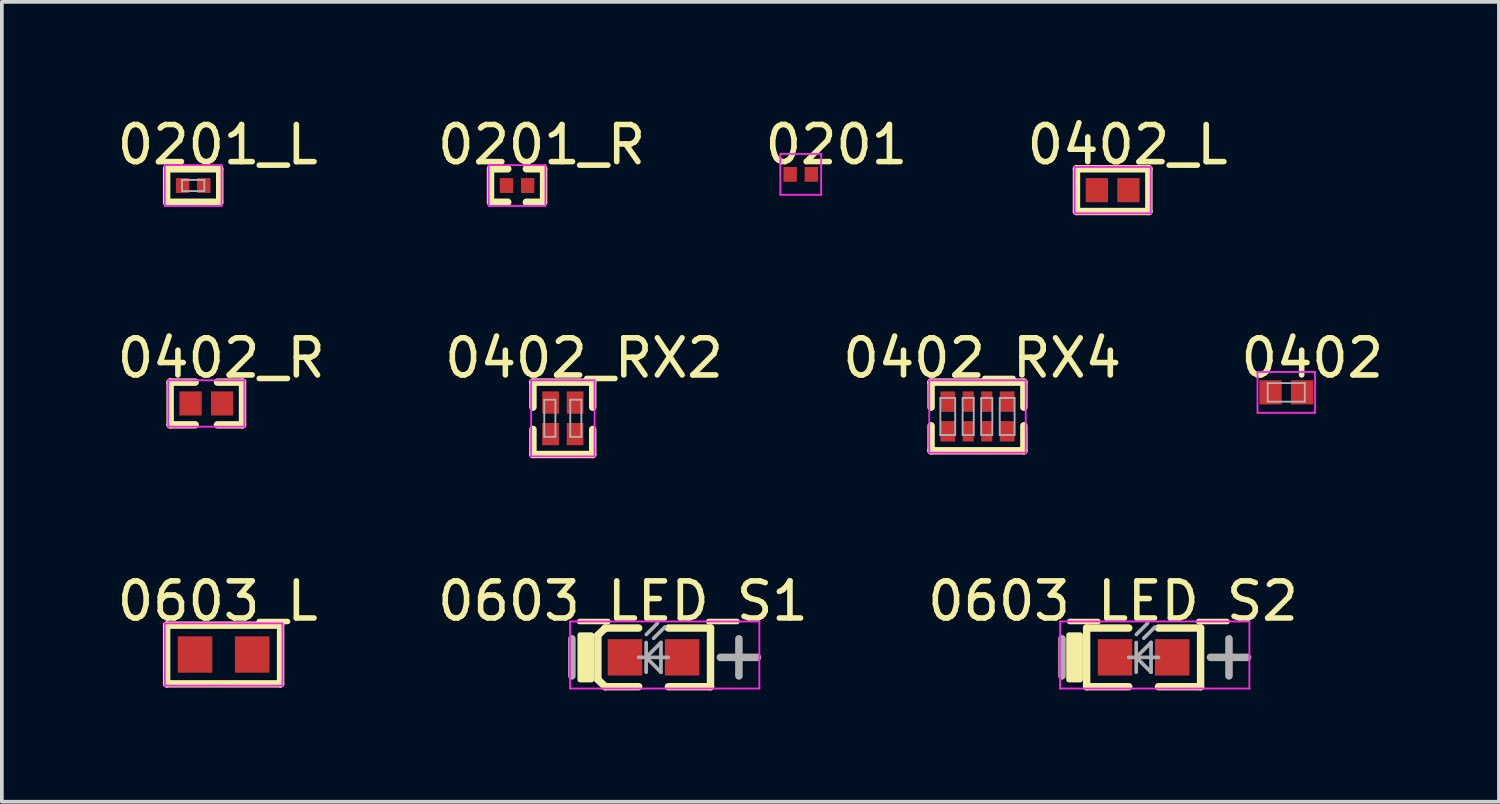
<source format=kicad_pcb>
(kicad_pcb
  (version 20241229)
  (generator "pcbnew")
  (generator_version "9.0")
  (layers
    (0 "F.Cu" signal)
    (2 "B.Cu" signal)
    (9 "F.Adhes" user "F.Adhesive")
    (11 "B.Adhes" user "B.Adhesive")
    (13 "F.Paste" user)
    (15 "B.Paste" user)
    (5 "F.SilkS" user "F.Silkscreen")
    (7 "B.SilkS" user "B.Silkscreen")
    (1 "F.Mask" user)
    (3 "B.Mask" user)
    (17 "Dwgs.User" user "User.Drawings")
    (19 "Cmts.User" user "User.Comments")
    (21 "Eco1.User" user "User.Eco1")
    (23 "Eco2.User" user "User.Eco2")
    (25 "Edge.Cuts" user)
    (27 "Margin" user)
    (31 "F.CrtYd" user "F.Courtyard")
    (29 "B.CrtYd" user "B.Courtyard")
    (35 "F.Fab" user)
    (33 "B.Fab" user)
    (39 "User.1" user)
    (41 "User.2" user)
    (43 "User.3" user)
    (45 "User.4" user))
  (footprint "0603_LED_S2"
    (layer "F.Cu")
    (at 27.76 14.66)
    (property "Reference" "0603_LED_S2" (at -0.825 -1.516 0) (layer "F.SilkS") (effects (font (size 1 1) (thickness 0.15))))
    (attr through_hole)
    (fp_line (start -1.535 -0.79) (end -0.4 -0.79) (stroke (width 0.2) (type solid)) (layer "F.SilkS"))
    (fp_line (start -1.535 0.79) (end -1.535 -0.79) (stroke (width 0.2) (type solid)) (layer "F.SilkS"))
    (fp_line (start -1.535 0.79) (end -0.4 0.79) (stroke (width 0.2) (type solid)) (layer "F.SilkS"))
    (fp_line (start 0.4 -0.79) (end 1.535 -0.79) (stroke (width 0.2) (type solid)) (layer "F.SilkS"))
    (fp_line (start 0.4 0.79) (end 1.535 0.79) (stroke (width 0.2) (type solid)) (layer "F.SilkS"))
    (fp_line (start 1.535 0.79) (end 1.535 -0.79) (stroke (width 0.2) (type solid)) (layer "F.SilkS"))
    (fp_poly (pts (xy -2.01 0.6) (xy -1.71 0.6) (xy -1.71 -0.6) (xy -2.01 -0.6)) (stroke (width 0.15) (type solid)) (fill yes) (layer "F.SilkS"))
    (fp_line (start -2.25 -0.967) (end 2.85 -0.967) (stroke (width 0.05) (type solid)) (layer "F.CrtYd"))
    (fp_line (start -2.25 0.84) (end -2.25 -0.967) (stroke (width 0.05) (type solid)) (layer "F.CrtYd"))
    (fp_line (start 2.85 -0.967) (end 2.85 0.84) (stroke (width 0.05) (type solid)) (layer "F.CrtYd"))
    (fp_line (start 2.85 0.84) (end -2.25 0.84) (stroke (width 0.05) (type solid)) (layer "F.CrtYd"))
    (fp_line (start -2.2 0.5) (end -2.2 -0.5) (stroke (width 0.203) (type solid)) (layer "F.Fab"))
    (fp_line (start -0.4 0) (end 0.4 0) (stroke (width 0.1) (type solid)) (layer "F.Fab"))
    (fp_line (start -0.2 0) (end 0.2 -0.4) (stroke (width 0.1) (type solid)) (layer "F.Fab"))
    (fp_line (start -0.2 0) (end 0.2 0.4) (stroke (width 0.1) (type solid)) (layer "F.Fab"))
    (fp_line (start -0.2 0.4) (end -0.2 -0.4) (stroke (width 0.1) (type solid)) (layer "F.Fab"))
    (fp_line (start -0.195 -0.617) (end 0.105 -0.917) (stroke (width 0.1) (type solid)) (layer "F.Fab"))
    (fp_line (start 0.005 -0.517) (end 0.305 -0.817) (stroke (width 0.1) (type solid)) (layer "F.Fab"))
    (fp_line (start 0.2 0.4) (end 0.2 -0.4) (stroke (width 0.1) (type solid)) (layer "F.Fab"))
    (fp_line (start 1.8 0) (end 2.8 0) (stroke (width 0.203) (type solid)) (layer "F.Fab"))
    (fp_line (start 2.3 0.5) (end 2.3 -0.5) (stroke (width 0.203) (type solid)) (layer "F.Fab"))
    (pad "A" smd rect (at 0.77 0 180) (size 0.93 0.98) (layers "F.Cu" "F.Mask" "F.Paste"))
    (pad "K" smd rect (at -0.77 0 180) (size 0.93 0.98) (layers "F.Cu" "F.Mask" "F.Paste")))
  (footprint "0402_RX2"
    (layer "F.Cu")
    (at 12.113 8.22)
    (property "Reference" "0402_RX2" (at 0.571 -1.624 0) (layer "F.SilkS") (effects (font (size 1 1) (thickness 0.15))))
    (attr through_hole)
    (fp_line (start -0.805 -0.975) (end 0.805 -0.975) (stroke (width 0.2) (type solid)) (layer "F.SilkS"))
    (fp_line (start -0.805 -0.3) (end -0.805 -0.975) (stroke (width 0.2) (type solid)) (layer "F.SilkS"))
    (fp_line (start -0.805 0.975) (end -0.805 0.3) (stroke (width 0.2) (type solid)) (layer "F.SilkS"))
    (fp_line (start -0.805 0.975) (end 0.805 0.975) (stroke (width 0.2) (type solid)) (layer "F.SilkS"))
    (fp_line (start 0.805 -0.3) (end 0.805 -0.975) (stroke (width 0.2) (type solid)) (layer "F.SilkS"))
    (fp_line (start 0.805 0.975) (end 0.805 0.3) (stroke (width 0.2) (type solid)) (layer "F.SilkS"))
    (fp_line (start -0.855 -1.025) (end 0.855 -1.025) (stroke (width 0.05) (type solid)) (layer "F.CrtYd"))
    (fp_line (start -0.855 1.025) (end -0.855 -1.025) (stroke (width 0.05) (type solid)) (layer "F.CrtYd"))
    (fp_line (start 0.855 -1.025) (end 0.855 1.025) (stroke (width 0.05) (type solid)) (layer "F.CrtYd"))
    (fp_line (start 0.855 1.025) (end -0.855 1.025) (stroke (width 0.05) (type solid)) (layer "F.CrtYd"))
    (fp_line (start -0.5 -0.5) (end -0.2 -0.5) (stroke (width 0.05) (type solid)) (layer "F.Fab"))
    (fp_line (start -0.5 0.5) (end -0.5 -0.5) (stroke (width 0.05) (type solid)) (layer "F.Fab"))
    (fp_line (start -0.5 0.5) (end -0.2 0.5) (stroke (width 0.05) (type solid)) (layer "F.Fab"))
    (fp_line (start -0.2 0.5) (end -0.2 -0.5) (stroke (width 0.05) (type solid)) (layer "F.Fab"))
    (fp_line (start 0.2 -0.5) (end 0.5 -0.5) (stroke (width 0.05) (type solid)) (layer "F.Fab"))
    (fp_line (start 0.2 0.5) (end 0.2 -0.5) (stroke (width 0.05) (type solid)) (layer "F.Fab"))
    (fp_line (start 0.2 0.5) (end 0.5 0.5) (stroke (width 0.05) (type solid)) (layer "F.Fab"))
    (fp_line (start 0.5 0.5) (end 0.5 -0.5) (stroke (width 0.05) (type solid)) (layer "F.Fab"))
    (pad "1" smd rect (at -0.33 0.425 90) (size 0.6 0.45) (layers "F.Cu" "F.Mask" "F.Paste"))
    (pad "2" smd rect (at 0.33 0.425 90) (size 0.6 0.45) (layers "F.Cu" "F.Mask" "F.Paste"))
    (pad "3" smd rect (at 0.33 -0.425 90) (size 0.6 0.45) (layers "F.Cu" "F.Mask" "F.Paste"))
    (pad "4" smd rect (at -0.33 -0.425 90) (size 0.6 0.45) (layers "F.Cu" "F.Mask" "F.Paste")))
  (footprint "0603_L"
    (layer "F.Cu")
    (at 2.974 14.583)
    (property "Reference" "0603_L" (at -0.159 -1.439 0) (layer "F.SilkS") (effects (font (size 1 1) (thickness 0.15))))
    (attr through_hole)
    (fp_line (start -1.535 -0.79) (end 1.535 -0.79) (stroke (width 0.2) (type solid)) (layer "F.SilkS"))
    (fp_line (start -1.535 0.79) (end -1.535 -0.79) (stroke (width 0.2) (type solid)) (layer "F.SilkS"))
    (fp_line (start -1.535 0.79) (end 1.535 0.79) (stroke (width 0.2) (type solid)) (layer "F.SilkS"))
    (fp_line (start 1.535 0.79) (end 1.535 -0.79) (stroke (width 0.2) (type solid)) (layer "F.SilkS"))
    (fp_line (start -1.585 -0.84) (end 1.585 -0.84) (stroke (width 0.05) (type solid)) (layer "F.CrtYd"))
    (fp_line (start -1.585 0.84) (end -1.585 -0.84) (stroke (width 0.05) (type solid)) (layer "F.CrtYd"))
    (fp_line (start 1.585 -0.84) (end 1.585 0.84) (stroke (width 0.05) (type solid)) (layer "F.CrtYd"))
    (fp_line (start 1.585 0.84) (end -1.585 0.84) (stroke (width 0.05) (type solid)) (layer "F.CrtYd"))
    (pad "1" smd rect (at -0.77 0) (size 0.93 0.98) (layers "F.Cu" "F.Mask" "F.Paste"))
    (pad "2" smd rect (at 0.77 0) (size 0.93 0.98) (layers "F.Cu" "F.Mask" "F.Paste")))
  (footprint "0402"
    (layer "F.Cu")
    (at 31.603 7.521)
    (property "Reference" "0402" (at 0.701 -0.925 0) (layer "F.SilkS") (effects (font (size 1 1) (thickness 0.15))))
    (attr through_hole)
    (fp_line (start -0.775 -0.55) (end 0.775 -0.55) (stroke (width 0.05) (type solid)) (layer "F.CrtYd"))
    (fp_line (start -0.775 0.55) (end -0.775 -0.55) (stroke (width 0.05) (type solid)) (layer "F.CrtYd"))
    (fp_line (start 0.775 -0.55) (end 0.775 0.55) (stroke (width 0.05) (type solid)) (layer "F.CrtYd"))
    (fp_line (start 0.775 0.55) (end -0.775 0.55) (stroke (width 0.05) (type solid)) (layer "F.CrtYd"))
    (fp_line (start -0.5 -0.25) (end 0.5 -0.25) (stroke (width 0.05) (type solid)) (layer "F.Fab"))
    (fp_line (start -0.5 0.25) (end -0.5 -0.25) (stroke (width 0.05) (type solid)) (layer "F.Fab"))
    (fp_line (start -0.5 0.25) (end 0.5 0.25) (stroke (width 0.05) (type solid)) (layer "F.Fab"))
    (fp_line (start 0.5 0.25) (end 0.5 -0.25) (stroke (width 0.05) (type solid)) (layer "F.Fab"))
    (pad "1" smd rect (at -0.425 0) (size 0.6 0.65) (layers "F.Cu" "F.Mask" "F.Paste"))
    (pad "2" smd rect (at 0.425 0) (size 0.6 0.65) (layers "F.Cu" "F.Mask" "F.Paste")))
  (footprint "0402_R"
    (layer "F.Cu")
    (at 2.509 7.82)
    (property "Reference" "0402_R" (at 0.401 -1.224 0) (layer "F.SilkS") (effects (font (size 1 1) (thickness 0.15))))
    (attr through_hole)
    (fp_line (start -0.975 -0.575) (end -0.3 -0.575) (stroke (width 0.2) (type solid)) (layer "F.SilkS"))
    (fp_line (start -0.975 0.575) (end -0.975 -0.575) (stroke (width 0.2) (type solid)) (layer "F.SilkS"))
    (fp_line (start -0.975 0.575) (end -0.3 0.575) (stroke (width 0.2) (type solid)) (layer "F.SilkS"))
    (fp_line (start 0.3 -0.575) (end 0.975 -0.575) (stroke (width 0.2) (type solid)) (layer "F.SilkS"))
    (fp_line (start 0.3 0.575) (end 0.975 0.575) (stroke (width 0.2) (type solid)) (layer "F.SilkS"))
    (fp_line (start 0.975 0.575) (end 0.975 -0.575) (stroke (width 0.2) (type solid)) (layer "F.SilkS"))
    (fp_line (start -1.025 -0.625) (end 1.025 -0.625) (stroke (width 0.05) (type solid)) (layer "F.CrtYd"))
    (fp_line (start -1.025 0.625) (end -1.025 -0.625) (stroke (width 0.05) (type solid)) (layer "F.CrtYd"))
    (fp_line (start 1.025 -0.625) (end 1.025 0.625) (stroke (width 0.05) (type solid)) (layer "F.CrtYd"))
    (fp_line (start 1.025 0.625) (end -1.025 0.625) (stroke (width 0.05) (type solid)) (layer "F.CrtYd"))
    (pad "1" smd rect (at -0.425 0) (size 0.6 0.65) (layers "F.Cu" "F.Mask" "F.Paste"))
    (pad "2" smd rect (at 0.425 0) (size 0.6 0.65) (layers "F.Cu" "F.Mask" "F.Paste")))
  (footprint "0201"
    (layer "F.Cu")
    (at 18.522 1.648)
    (property "Reference" "0201" (at 0.961 -0.8 0) (layer "F.SilkS") (effects (font (size 1 1) (thickness 0.15))))
    (attr through_hole)
    (fp_line (start -0.55 -0.55) (end 0.55 -0.55) (stroke (width 0.05) (type solid)) (layer "F.CrtYd"))
    (fp_line (start -0.55 0.55) (end -0.55 -0.55) (stroke (width 0.05) (type solid)) (layer "F.CrtYd"))
    (fp_line (start 0.55 -0.55) (end 0.55 0.55) (stroke (width 0.05) (type solid)) (layer "F.CrtYd"))
    (fp_line (start 0.55 0.55) (end -0.55 0.55) (stroke (width 0.05) (type solid)) (layer "F.CrtYd"))
    (pad "1" smd rect (at -0.285 0) (size 0.36 0.4) (layers "F.Cu" "F.Mask" "F.Paste"))
    (pad "2" smd rect (at 0.285 0) (size 0.36 0.4) (layers "F.Cu" "F.Mask" "F.Paste")))
  (footprint "0201_R"
    (layer "F.Cu")
    (at 10.88 1.948)
    (property "Reference" "0201_R" (at 0.661 -1.099 0) (layer "F.SilkS") (effects (font (size 1 1) (thickness 0.15))))
    (attr through_hole)
    (fp_line (start -0.715 -0.45) (end -0.25 -0.45) (stroke (width 0.2) (type solid)) (layer "F.SilkS"))
    (fp_line (start -0.715 0.45) (end -0.715 -0.45) (stroke (width 0.2) (type solid)) (layer "F.SilkS"))
    (fp_line (start -0.715 0.45) (end -0.25 0.45) (stroke (width 0.2) (type solid)) (layer "F.SilkS"))
    (fp_line (start 0.25 -0.45) (end 0.715 -0.45) (stroke (width 0.2) (type solid)) (layer "F.SilkS"))
    (fp_line (start 0.25 0.45) (end 0.715 0.45) (stroke (width 0.2) (type solid)) (layer "F.SilkS"))
    (fp_line (start 0.715 0.45) (end 0.715 -0.45) (stroke (width 0.2) (type solid)) (layer "F.SilkS"))
    (fp_line (start -0.765 -0.55) (end 0.765 -0.55) (stroke (width 0.05) (type solid)) (layer "F.CrtYd"))
    (fp_line (start -0.765 0.55) (end -0.765 -0.55) (stroke (width 0.05) (type solid)) (layer "F.CrtYd"))
    (fp_line (start 0.765 -0.55) (end 0.765 0.55) (stroke (width 0.05) (type solid)) (layer "F.CrtYd"))
    (fp_line (start 0.765 0.55) (end -0.765 0.55) (stroke (width 0.05) (type solid)) (layer "F.CrtYd"))
    (pad "1" smd rect (at -0.285 0) (size 0.36 0.4) (layers "F.Cu" "F.Mask" "F.Paste"))
    (pad "2" smd rect (at 0.285 0) (size 0.36 0.4) (layers "F.Cu" "F.Mask" "F.Paste")))
  (footprint "0402_L"
    (layer "F.Cu")
    (at 26.926 2.073)
    (property "Reference" "0402_L" (at 0.401 -1.224 0) (layer "F.SilkS") (effects (font (size 1 1) (thickness 0.15))))
    (attr through_hole)
    (fp_line (start -0.975 -0.575) (end 0.975 -0.575) (stroke (width 0.2) (type solid)) (layer "F.SilkS"))
    (fp_line (start -0.975 0.575) (end -0.975 -0.575) (stroke (width 0.2) (type solid)) (layer "F.SilkS"))
    (fp_line (start -0.975 0.575) (end 0.975 0.575) (stroke (width 0.2) (type solid)) (layer "F.SilkS"))
    (fp_line (start 0.975 0.575) (end 0.975 -0.575) (stroke (width 0.2) (type solid)) (layer "F.SilkS"))
    (fp_line (start -1.025 -0.625) (end 1.025 -0.625) (stroke (width 0.05) (type solid)) (layer "F.CrtYd"))
    (fp_line (start -1.025 0.625) (end -1.025 -0.625) (stroke (width 0.05) (type solid)) (layer "F.CrtYd"))
    (fp_line (start 1.025 -0.625) (end 1.025 0.625) (stroke (width 0.05) (type solid)) (layer "F.CrtYd"))
    (fp_line (start 1.025 0.625) (end -1.025 0.625) (stroke (width 0.05) (type solid)) (layer "F.CrtYd"))
    (pad "1" smd rect (at -0.425 0) (size 0.6 0.65) (layers "F.Cu" "F.Mask" "F.Paste"))
    (pad "2" smd rect (at 0.425 0) (size 0.6 0.65) (layers "F.Cu" "F.Mask" "F.Paste")))
  (footprint "0603_LED_S1"
    (layer "F.Cu")
    (at 14.557 14.66)
    (property "Reference" "0603_LED_S1" (at -0.825 -1.516 0) (layer "F.SilkS") (effects (font (size 1 1) (thickness 0.15))))
    (attr through_hole)
    (fp_line (start -1.5 -0.597) (end -1.3 -0.79) (stroke (width 0.2) (type solid)) (layer "F.SilkS"))
    (fp_line (start -1.5 0.597) (end -1.5 -0.597) (stroke (width 0.2) (type solid)) (layer "F.SilkS"))
    (fp_line (start -1.5 0.597) (end -1.3 0.79) (stroke (width 0.2) (type solid)) (layer "F.SilkS"))
    (fp_line (start -1.3 -0.79) (end -0.4 -0.79) (stroke (width 0.2) (type solid)) (layer "F.SilkS"))
    (fp_line (start -1.3 0.79) (end -0.4 0.79) (stroke (width 0.2) (type solid)) (layer "F.SilkS"))
    (fp_line (start 0.4 -0.79) (end 1.535 -0.79) (stroke (width 0.2) (type solid)) (layer "F.SilkS"))
    (fp_line (start 0.4 0.79) (end 1.535 0.79) (stroke (width 0.2) (type solid)) (layer "F.SilkS"))
    (fp_line (start 1.535 0.79) (end 1.535 -0.79) (stroke (width 0.2) (type solid)) (layer "F.SilkS"))
    (fp_poly (pts (xy -1.975 0.6) (xy -1.675 0.6) (xy -1.675 -0.6) (xy -1.975 -0.6)) (stroke (width 0.15) (type solid)) (fill yes) (layer "F.SilkS"))
    (fp_line (start -2.25 -0.967) (end 2.85 -0.967) (stroke (width 0.05) (type solid)) (layer "F.CrtYd"))
    (fp_line (start -2.25 0.84) (end -2.25 -0.967) (stroke (width 0.05) (type solid)) (layer "F.CrtYd"))
    (fp_line (start 2.85 -0.967) (end 2.85 0.84) (stroke (width 0.05) (type solid)) (layer "F.CrtYd"))
    (fp_line (start 2.85 0.84) (end -2.25 0.84) (stroke (width 0.05) (type solid)) (layer "F.CrtYd"))
    (fp_line (start -2.2 0.5) (end -2.2 -0.5) (stroke (width 0.203) (type solid)) (layer "F.Fab"))
    (fp_line (start -0.4 0) (end 0.4 0) (stroke (width 0.1) (type solid)) (layer "F.Fab"))
    (fp_line (start -0.2 0) (end 0.2 -0.4) (stroke (width 0.1) (type solid)) (layer "F.Fab"))
    (fp_line (start -0.2 0) (end 0.2 0.4) (stroke (width 0.1) (type solid)) (layer "F.Fab"))
    (fp_line (start -0.2 0.4) (end -0.2 -0.4) (stroke (width 0.1) (type solid)) (layer "F.Fab"))
    (fp_line (start -0.195 -0.617) (end 0.105 -0.917) (stroke (width 0.1) (type solid)) (layer "F.Fab"))
    (fp_line (start 0.005 -0.517) (end 0.305 -0.817) (stroke (width 0.1) (type solid)) (layer "F.Fab"))
    (fp_line (start 0.2 0.4) (end 0.2 -0.4) (stroke (width 0.1) (type solid)) (layer "F.Fab"))
    (fp_line (start 1.8 0) (end 2.8 0) (stroke (width 0.203) (type solid)) (layer "F.Fab"))
    (fp_line (start 2.3 0.5) (end 2.3 -0.5) (stroke (width 0.203) (type solid)) (layer "F.Fab"))
    (pad "A" smd rect (at 0.77 0 180) (size 0.93 0.98) (layers "F.Cu" "F.Mask" "F.Paste"))
    (pad "K" smd rect (at -0.77 0 180) (size 0.93 0.98) (layers "F.Cu" "F.Mask" "F.Paste")))
  (footprint "0201_L"
    (layer "F.Cu")
    (at 2.154 1.948)
    (property "Reference" "0201_L" (at 0.661 -1.099 0) (layer "F.SilkS") (effects (font (size 1 1) (thickness 0.15))))
    (attr through_hole)
    (fp_line (start -0.715 -0.45) (end 0.715 -0.45) (stroke (width 0.2) (type solid)) (layer "F.SilkS"))
    (fp_line (start -0.715 0.45) (end -0.715 -0.45) (stroke (width 0.2) (type solid)) (layer "F.SilkS"))
    (fp_line (start -0.715 0.45) (end 0.715 0.45) (stroke (width 0.2) (type solid)) (layer "F.SilkS"))
    (fp_line (start 0.715 0.45) (end 0.715 -0.45) (stroke (width 0.2) (type solid)) (layer "F.SilkS"))
    (fp_line (start -0.765 -0.55) (end 0.765 -0.55) (stroke (width 0.05) (type solid)) (layer "F.CrtYd"))
    (fp_line (start -0.765 0.55) (end -0.765 -0.55) (stroke (width 0.05) (type solid)) (layer "F.CrtYd"))
    (fp_line (start 0.765 -0.55) (end 0.765 0.55) (stroke (width 0.05) (type solid)) (layer "F.CrtYd"))
    (fp_line (start 0.765 0.55) (end -0.765 0.55) (stroke (width 0.05) (type solid)) (layer "F.CrtYd"))
    (fp_line (start -0.3 -0.15) (end 0.3 -0.15) (stroke (width 0.05) (type solid)) (layer "F.Fab"))
    (fp_line (start -0.3 0.15) (end -0.3 -0.15) (stroke (width 0.05) (type solid)) (layer "F.Fab"))
    (fp_line (start -0.3 0.15) (end 0.3 0.15) (stroke (width 0.05) (type solid)) (layer "F.Fab"))
    (fp_line (start 0.3 0.15) (end 0.3 -0.15) (stroke (width 0.05) (type solid)) (layer "F.Fab"))
    (pad "1" smd rect (at -0.285 0) (size 0.36 0.4) (layers "F.Cu" "F.Mask" "F.Paste"))
    (pad "2" smd rect (at 0.285 0) (size 0.36 0.4) (layers "F.Cu" "F.Mask" "F.Paste")))
  (footprint "0402_RX4"
    (layer "F.Cu")
    (at 23.284 8.17)
    (property "Reference" "0402_RX4" (at 0.126 -1.574 0) (layer "F.SilkS") (effects (font (size 1 1) (thickness 0.15))))
    (attr through_hole)
    (fp_line (start -1.25 -0.925) (end 1.25 -0.925) (stroke (width 0.2) (type solid)) (layer "F.SilkS"))
    (fp_line (start -1.25 -0.25) (end -1.25 -0.925) (stroke (width 0.2) (type solid)) (layer "F.SilkS"))
    (fp_line (start -1.25 0.925) (end -1.25 0.25) (stroke (width 0.2) (type solid)) (layer "F.SilkS"))
    (fp_line (start -1.25 0.925) (end 1.25 0.925) (stroke (width 0.2) (type solid)) (layer "F.SilkS"))
    (fp_line (start 1.25 -0.25) (end 1.25 -0.925) (stroke (width 0.2) (type solid)) (layer "F.SilkS"))
    (fp_line (start 1.25 0.925) (end 1.25 0.25) (stroke (width 0.2) (type solid)) (layer "F.SilkS"))
    (fp_line (start -1.3 -0.975) (end 1.3 -0.975) (stroke (width 0.05) (type solid)) (layer "F.CrtYd"))
    (fp_line (start -1.3 0.975) (end -1.3 -0.975) (stroke (width 0.05) (type solid)) (layer "F.CrtYd"))
    (fp_line (start 1.3 -0.975) (end 1.3 0.975) (stroke (width 0.05) (type solid)) (layer "F.CrtYd"))
    (fp_line (start 1.3 0.975) (end -1.3 0.975) (stroke (width 0.05) (type solid)) (layer "F.CrtYd"))
    (fp_line (start -1 -0.5) (end -0.6 -0.5) (stroke (width 0.05) (type solid)) (layer "F.Fab"))
    (fp_line (start -1 0.5) (end -1 -0.5) (stroke (width 0.05) (type solid)) (layer "F.Fab"))
    (fp_line (start -1 0.5) (end -0.6 0.5) (stroke (width 0.05) (type solid)) (layer "F.Fab"))
    (fp_line (start -1 0.5) (end -0.6 0.5) (stroke (width 0.05) (type solid)) (layer "F.Fab"))
    (fp_line (start -0.6 0.5) (end -0.6 -0.5) (stroke (width 0.05) (type solid)) (layer "F.Fab"))
    (fp_line (start -0.4 -0.5) (end -0.1 -0.5) (stroke (width 0.05) (type solid)) (layer "F.Fab"))
    (fp_line (start -0.4 0.5) (end -0.4 -0.5) (stroke (width 0.05) (type solid)) (layer "F.Fab"))
    (fp_line (start -0.4 0.5) (end -0.1 0.5) (stroke (width 0.05) (type solid)) (layer "F.Fab"))
    (fp_line (start -0.1 0.5) (end -0.1 -0.5) (stroke (width 0.05) (type solid)) (layer "F.Fab"))
    (fp_line (start 0.1 -0.5) (end 0.4 -0.5) (stroke (width 0.05) (type solid)) (layer "F.Fab"))
    (fp_line (start 0.1 0.5) (end 0.1 -0.5) (stroke (width 0.05) (type solid)) (layer "F.Fab"))
    (fp_line (start 0.1 0.5) (end 0.4 0.5) (stroke (width 0.05) (type solid)) (layer "F.Fab"))
    (fp_line (start 0.4 0.5) (end 0.4 -0.5) (stroke (width 0.05) (type solid)) (layer "F.Fab"))
    (fp_line (start 0.6 -0.5) (end 1 -0.5) (stroke (width 0.05) (type solid)) (layer "F.Fab"))
    (fp_line (start 0.6 0.5) (end 0.6 -0.5) (stroke (width 0.05) (type solid)) (layer "F.Fab"))
    (fp_line (start 0.6 0.5) (end 1 0.5) (stroke (width 0.05) (type solid)) (layer "F.Fab"))
    (fp_line (start 1 0.5) (end 1 -0.5) (stroke (width 0.05) (type solid)) (layer "F.Fab"))
    (pad "1" smd rect (at -0.8 0.4 90) (size 0.55 0.4) (layers "F.Cu" "F.Mask" "F.Paste"))
    (pad "2" smd rect (at -0.25 0.4 90) (size 0.55 0.3) (layers "F.Cu" "F.Mask" "F.Paste"))
    (pad "3" smd rect (at 0.25 0.4 90) (size 0.55 0.3) (layers "F.Cu" "F.Mask" "F.Paste"))
    (pad "4" smd rect (at 0.8 0.4 90) (size 0.55 0.4) (layers "F.Cu" "F.Mask" "F.Paste"))
    (pad "5" smd rect (at 0.8 -0.4 90) (size 0.55 0.4) (layers "F.Cu" "F.Mask" "F.Paste"))
    (pad "6" smd rect (at 0.25 -0.4 90) (size 0.55 0.3) (layers "F.Cu" "F.Mask" "F.Paste"))
    (pad "7" smd rect (at -0.25 -0.4 90) (size 0.55 0.3) (layers "F.Cu" "F.Mask" "F.Paste"))
    (pad "8" smd rect (at -0.8 -0.4 90) (size 0.55 0.4) (layers "F.Cu" "F.Mask" "F.Paste")))
  (gr_rect
    (start -3 -3)
    (end 37.333 18.55)
    (stroke (width 0.1) (type default))
    (fill no)
    (layer "Edge.Cuts")))
</source>
